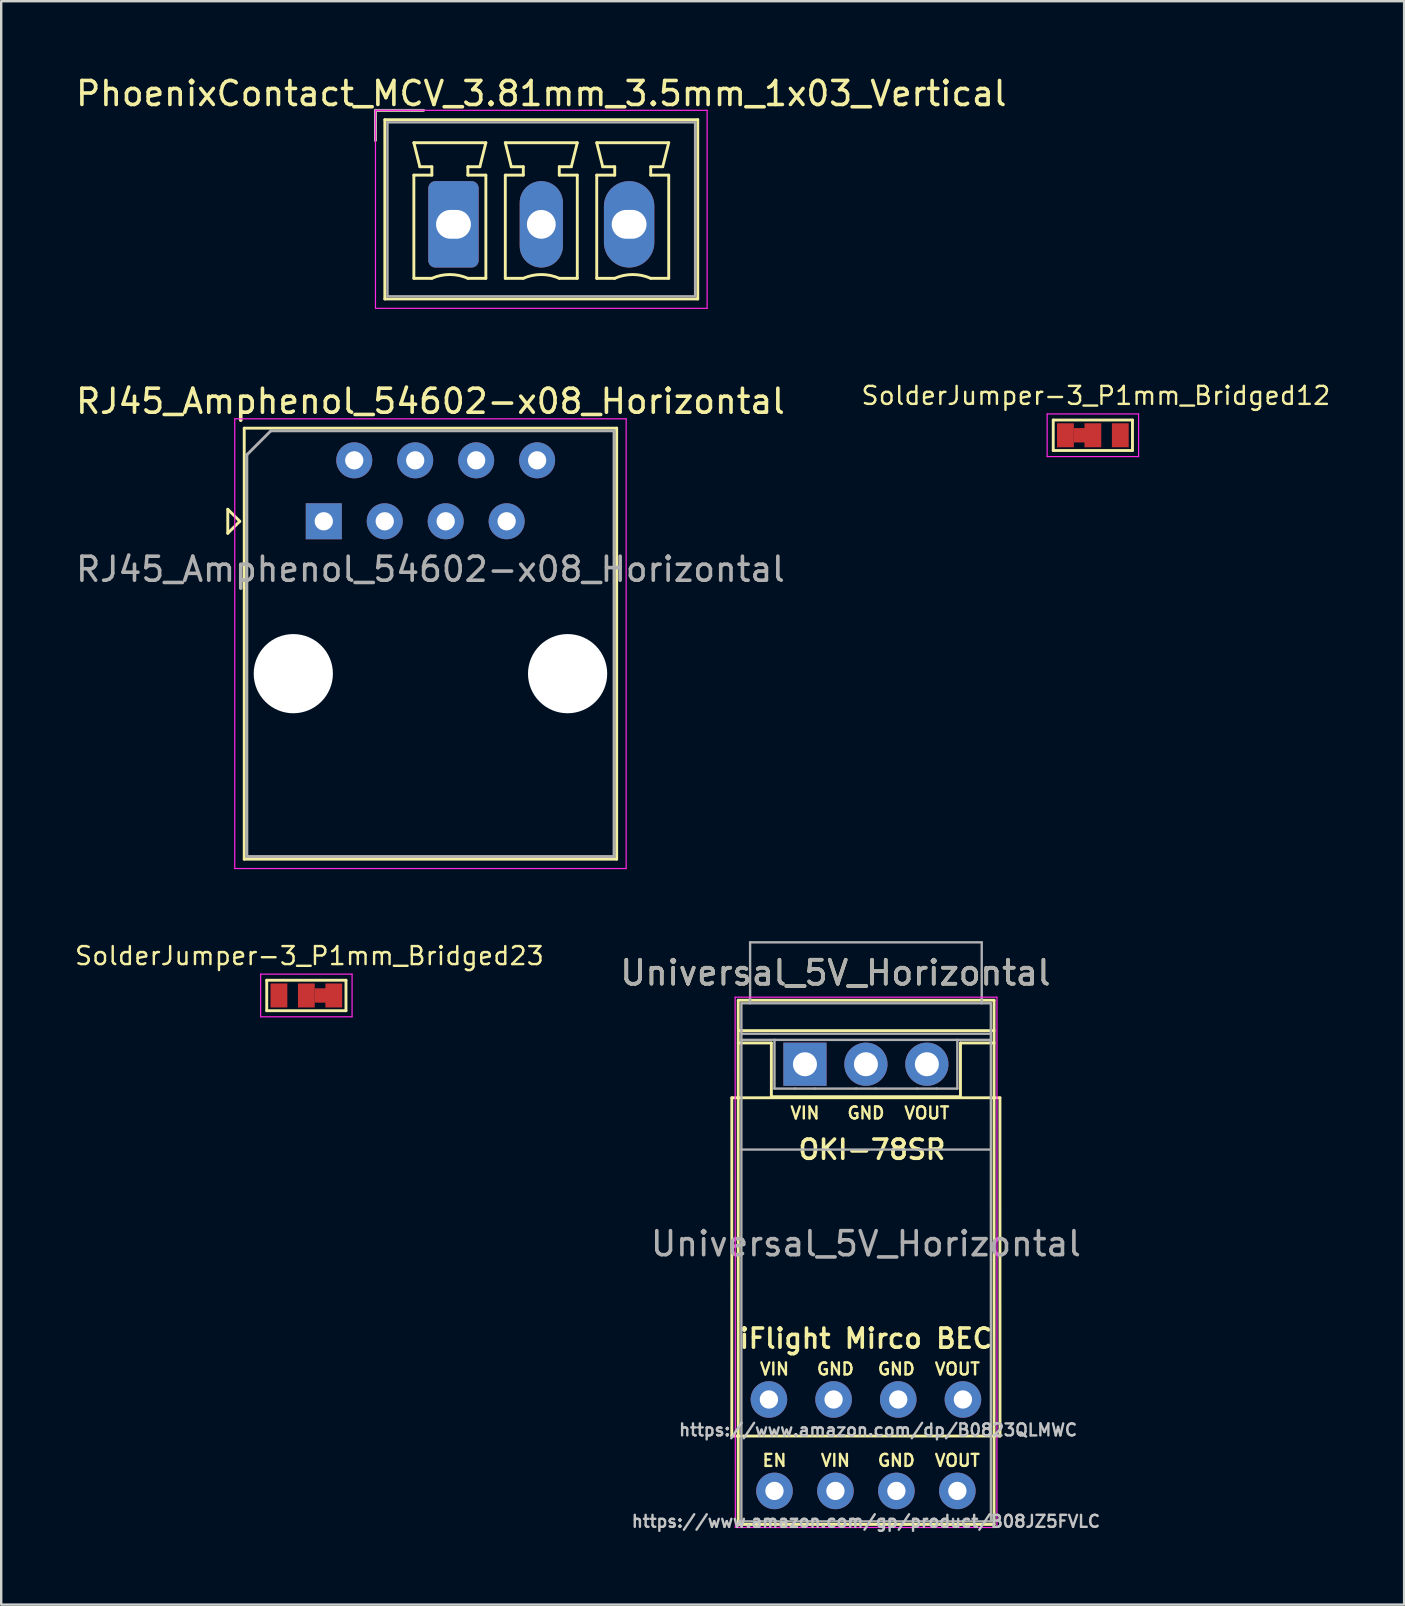
<source format=kicad_pcb>
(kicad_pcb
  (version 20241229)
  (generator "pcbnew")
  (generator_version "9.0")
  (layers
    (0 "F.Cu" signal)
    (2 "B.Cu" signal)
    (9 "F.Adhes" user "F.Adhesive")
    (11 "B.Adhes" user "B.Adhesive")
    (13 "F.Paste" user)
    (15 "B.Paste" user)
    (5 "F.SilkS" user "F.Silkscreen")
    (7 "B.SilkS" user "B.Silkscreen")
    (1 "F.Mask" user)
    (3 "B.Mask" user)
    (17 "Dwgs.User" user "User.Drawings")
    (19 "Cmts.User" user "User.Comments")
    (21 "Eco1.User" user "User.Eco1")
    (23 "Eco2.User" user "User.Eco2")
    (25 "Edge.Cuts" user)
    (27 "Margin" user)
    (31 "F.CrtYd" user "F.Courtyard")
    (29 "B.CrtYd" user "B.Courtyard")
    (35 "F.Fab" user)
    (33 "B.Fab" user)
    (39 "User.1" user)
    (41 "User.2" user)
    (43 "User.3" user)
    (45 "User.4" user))
  (footprint "SolderJumper-3_P1mm_Bridged12"
    (layer "F.Cu")
    (at 42.49 15.088)
    (property "Reference" "SolderJumper-3_P1mm_Bridged12" (at 0.127 -1.651 0) (layer "F.SilkS") (effects (font (size 0.75 0.75) (thickness 0.1))))
    (attr exclude_from_pos_files exclude_from_bom)
    (fp_poly (pts (xy -0.793 -0.3) (xy -0.293 -0.3) (xy -0.293 0.3) (xy -0.793 0.3)) (stroke (width 0) (type solid)) (fill yes) (layer "F.Cu"))
    (fp_line (start -1.651 -0.635) (end 1.651 -0.635) (stroke (width 0.12) (type solid)) (layer "F.SilkS"))
    (fp_line (start -1.651 0.635) (end -1.651 -0.635) (stroke (width 0.12) (type solid)) (layer "F.SilkS"))
    (fp_line (start 1.651 -0.635) (end 1.651 0.635) (stroke (width 0.12) (type solid)) (layer "F.SilkS"))
    (fp_line (start 1.651 0.635) (end -1.651 0.635) (stroke (width 0.12) (type solid)) (layer "F.SilkS"))
    (fp_line (start -1.905 -0.889) (end -1.905 0.889) (stroke (width 0.05) (type solid)) (layer "F.CrtYd"))
    (fp_line (start -1.905 -0.889) (end 1.905 -0.889) (stroke (width 0.05) (type solid)) (layer "F.CrtYd"))
    (fp_line (start 1.905 0.889) (end -1.905 0.889) (stroke (width 0.05) (type solid)) (layer "F.CrtYd"))
    (fp_line (start 1.905 0.889) (end 1.905 -0.889) (stroke (width 0.05) (type solid)) (layer "F.CrtYd"))
    (pad "1" smd rect (at -1.143 0) (size 0.7 1) (layers "F.Cu" "F.Mask"))
    (pad "2" smd rect (at 0 0) (size 0.7 1) (layers "F.Cu" "F.Mask"))
    (pad "3" smd rect (at 1.143 0) (size 0.7 1) (layers "F.Cu" "F.Mask")))
  (footprint "SolderJumper-3_P1mm_Bridged23"
    (layer "F.Cu")
    (at 9.716 38.432)
    (property "Reference" "SolderJumper-3_P1mm_Bridged23" (at 0.127 -1.651 0) (layer "F.SilkS") (effects (font (size 0.75 0.75) (thickness 0.1))))
    (attr exclude_from_pos_files exclude_from_bom)
    (fp_poly (pts (xy 0.35 -0.3) (xy 0.85 -0.3) (xy 0.85 0.3) (xy 0.35 0.3)) (stroke (width 0) (type solid)) (fill yes) (layer "F.Cu"))
    (fp_line (start -1.651 -0.635) (end 1.651 -0.635) (stroke (width 0.12) (type solid)) (layer "F.SilkS"))
    (fp_line (start -1.651 0.635) (end -1.651 -0.635) (stroke (width 0.12) (type solid)) (layer "F.SilkS"))
    (fp_line (start 1.651 -0.635) (end 1.651 0.635) (stroke (width 0.12) (type solid)) (layer "F.SilkS"))
    (fp_line (start 1.651 0.635) (end -1.651 0.635) (stroke (width 0.12) (type solid)) (layer "F.SilkS"))
    (fp_line (start -1.905 -0.889) (end -1.905 0.889) (stroke (width 0.05) (type solid)) (layer "F.CrtYd"))
    (fp_line (start -1.905 -0.889) (end 1.905 -0.889) (stroke (width 0.05) (type solid)) (layer "F.CrtYd"))
    (fp_line (start 1.905 0.889) (end -1.905 0.889) (stroke (width 0.05) (type solid)) (layer "F.CrtYd"))
    (fp_line (start 1.905 0.889) (end 1.905 -0.889) (stroke (width 0.05) (type solid)) (layer "F.CrtYd"))
    (pad "1" smd rect (at -1.143 0) (size 0.7 1) (layers "F.Cu" "F.Mask"))
    (pad "2" smd rect (at 0 0) (size 0.7 1) (layers "F.Cu" "F.Mask"))
    (pad "3" smd rect (at 1.143 0) (size 0.7 1) (layers "F.Cu" "F.Mask")))
  (footprint "PhoenixContact_MCV_3.81mm_3.5mm_1x03_Vertical"
    (layer "F.Cu")
    (at 15.696 6.298)
    (property "Reference" "PhoenixContact_MCV_3.81mm_3.5mm_1x03_Vertical" (at 3.81 -5.45 0) (layer "F.SilkS") (effects (font (size 1 1) (thickness 0.15))))
    (attr through_hole)
    (fp_line (start -3.1 -4.75) (end -1.1 -4.75) (stroke (width 0.12) (type solid)) (layer "F.SilkS"))
    (fp_line (start -3.1 -3.5) (end -3.1 -4.75) (stroke (width 0.12) (type solid)) (layer "F.SilkS"))
    (fp_line (start -2.71 -4.36) (end -2.71 3.11) (stroke (width 0.12) (type solid)) (layer "F.SilkS"))
    (fp_line (start -2.71 3.11) (end 10.33 3.11) (stroke (width 0.12) (type solid)) (layer "F.SilkS"))
    (fp_line (start -1.5 -3.4) (end 1.5 -3.4) (stroke (width 0.12) (type solid)) (layer "F.SilkS"))
    (fp_line (start -1.5 -2.05) (end -0.75 -2.05) (stroke (width 0.12) (type solid)) (layer "F.SilkS"))
    (fp_line (start -1.5 2.25) (end -1.5 -2.05) (stroke (width 0.12) (type solid)) (layer "F.SilkS"))
    (fp_line (start -1.25 -2.4) (end -1.5 -3.4) (stroke (width 0.12) (type solid)) (layer "F.SilkS"))
    (fp_line (start -0.75 -2.4) (end -1.25 -2.4) (stroke (width 0.12) (type solid)) (layer "F.SilkS"))
    (fp_line (start -0.75 -2.05) (end -0.75 -2.4) (stroke (width 0.12) (type solid)) (layer "F.SilkS"))
    (fp_line (start -0.75 2.25) (end -1.5 2.25) (stroke (width 0.12) (type solid)) (layer "F.SilkS"))
    (fp_line (start 0.75 -2.4) (end 0.75 -2.05) (stroke (width 0.12) (type solid)) (layer "F.SilkS"))
    (fp_line (start 0.75 -2.05) (end 1.5 -2.05) (stroke (width 0.12) (type solid)) (layer "F.SilkS"))
    (fp_line (start 1.25 -2.4) (end 0.75 -2.4) (stroke (width 0.12) (type solid)) (layer "F.SilkS"))
    (fp_line (start 1.5 -3.4) (end 1.25 -2.4) (stroke (width 0.12) (type solid)) (layer "F.SilkS"))
    (fp_line (start 1.5 -2.05) (end 1.5 2.25) (stroke (width 0.12) (type solid)) (layer "F.SilkS"))
    (fp_line (start 1.5 2.25) (end 0.75 2.25) (stroke (width 0.12) (type solid)) (layer "F.SilkS"))
    (fp_line (start 2.31 -3.4) (end 5.31 -3.4) (stroke (width 0.12) (type solid)) (layer "F.SilkS"))
    (fp_line (start 2.31 -2.05) (end 3.06 -2.05) (stroke (width 0.12) (type solid)) (layer "F.SilkS"))
    (fp_line (start 2.31 2.25) (end 2.31 -2.05) (stroke (width 0.12) (type solid)) (layer "F.SilkS"))
    (fp_line (start 2.56 -2.4) (end 2.31 -3.4) (stroke (width 0.12) (type solid)) (layer "F.SilkS"))
    (fp_line (start 3.06 -2.4) (end 2.56 -2.4) (stroke (width 0.12) (type solid)) (layer "F.SilkS"))
    (fp_line (start 3.06 -2.05) (end 3.06 -2.4) (stroke (width 0.12) (type solid)) (layer "F.SilkS"))
    (fp_line (start 3.06 2.25) (end 2.31 2.25) (stroke (width 0.12) (type solid)) (layer "F.SilkS"))
    (fp_line (start 4.56 -2.4) (end 4.56 -2.05) (stroke (width 0.12) (type solid)) (layer "F.SilkS"))
    (fp_line (start 4.56 -2.05) (end 5.31 -2.05) (stroke (width 0.12) (type solid)) (layer "F.SilkS"))
    (fp_line (start 5.06 -2.4) (end 4.56 -2.4) (stroke (width 0.12) (type solid)) (layer "F.SilkS"))
    (fp_line (start 5.31 -3.4) (end 5.06 -2.4) (stroke (width 0.12) (type solid)) (layer "F.SilkS"))
    (fp_line (start 5.31 -2.05) (end 5.31 2.25) (stroke (width 0.12) (type solid)) (layer "F.SilkS"))
    (fp_line (start 5.31 2.25) (end 4.56 2.25) (stroke (width 0.12) (type solid)) (layer "F.SilkS"))
    (fp_line (start 6.12 -3.4) (end 9.12 -3.4) (stroke (width 0.12) (type solid)) (layer "F.SilkS"))
    (fp_line (start 6.12 -2.05) (end 6.87 -2.05) (stroke (width 0.12) (type solid)) (layer "F.SilkS"))
    (fp_line (start 6.12 2.25) (end 6.12 -2.05) (stroke (width 0.12) (type solid)) (layer "F.SilkS"))
    (fp_line (start 6.37 -2.4) (end 6.12 -3.4) (stroke (width 0.12) (type solid)) (layer "F.SilkS"))
    (fp_line (start 6.87 -2.4) (end 6.37 -2.4) (stroke (width 0.12) (type solid)) (layer "F.SilkS"))
    (fp_line (start 6.87 -2.05) (end 6.87 -2.4) (stroke (width 0.12) (type solid)) (layer "F.SilkS"))
    (fp_line (start 6.87 2.25) (end 6.12 2.25) (stroke (width 0.12) (type solid)) (layer "F.SilkS"))
    (fp_line (start 8.37 -2.4) (end 8.37 -2.05) (stroke (width 0.12) (type solid)) (layer "F.SilkS"))
    (fp_line (start 8.37 -2.05) (end 9.12 -2.05) (stroke (width 0.12) (type solid)) (layer "F.SilkS"))
    (fp_line (start 8.87 -2.4) (end 8.37 -2.4) (stroke (width 0.12) (type solid)) (layer "F.SilkS"))
    (fp_line (start 9.12 -3.4) (end 8.87 -2.4) (stroke (width 0.12) (type solid)) (layer "F.SilkS"))
    (fp_line (start 9.12 -2.05) (end 9.12 2.25) (stroke (width 0.12) (type solid)) (layer "F.SilkS"))
    (fp_line (start 9.12 2.25) (end 8.37 2.25) (stroke (width 0.12) (type solid)) (layer "F.SilkS"))
    (fp_line (start 10.33 -4.36) (end -2.71 -4.36) (stroke (width 0.12) (type solid)) (layer "F.SilkS"))
    (fp_line (start 10.33 3.11) (end 10.33 -4.36) (stroke (width 0.12) (type solid)) (layer "F.SilkS"))
    (fp_arc (start -0.75 2.25) (mid -0.000193 2.09191) (end 0.749647 2.249844) (stroke (width 0.12) (type solid)) (layer "F.SilkS"))
    (fp_arc (start 3.06 2.25) (mid 3.809807 2.09191) (end 4.559647 2.249844) (stroke (width 0.12) (type solid)) (layer "F.SilkS"))
    (fp_arc (start 6.87 2.25) (mid 7.619807 2.09191) (end 8.369647 2.249844) (stroke (width 0.12) (type solid)) (layer "F.SilkS"))
    (fp_line (start -3.1 -4.75) (end -3.1 3.5) (stroke (width 0.05) (type solid)) (layer "F.CrtYd"))
    (fp_line (start -3.1 3.5) (end 10.72 3.5) (stroke (width 0.05) (type solid)) (layer "F.CrtYd"))
    (fp_line (start 10.72 -4.75) (end -3.1 -4.75) (stroke (width 0.05) (type solid)) (layer "F.CrtYd"))
    (fp_line (start 10.72 3.5) (end 10.72 -4.75) (stroke (width 0.05) (type solid)) (layer "F.CrtYd"))
    (fp_line (start -3.1 -4.75) (end -1.1 -4.75) (stroke (width 0.1) (type solid)) (layer "F.Fab"))
    (fp_line (start -3.1 -3.5) (end -3.1 -4.75) (stroke (width 0.1) (type solid)) (layer "F.Fab"))
    (fp_line (start -2.6 -4.25) (end -2.6 3) (stroke (width 0.1) (type solid)) (layer "F.Fab"))
    (fp_line (start -2.6 3) (end 10.22 3) (stroke (width 0.1) (type solid)) (layer "F.Fab"))
    (fp_line (start 10.22 -4.25) (end -2.6 -4.25) (stroke (width 0.1) (type solid)) (layer "F.Fab"))
    (fp_line (start 10.22 3) (end 10.22 -4.25) (stroke (width 0.1) (type solid)) (layer "F.Fab"))
    (pad "1" thru_hole roundrect (at 0.15 0) (size 2.1 3.6) (drill oval 1.45 1.2) (layers "*.Cu" "*.Mask") (roundrect_rratio 0.139))
    (pad "2" thru_hole oval (at 3.81 0) (size 1.8 3.6) (drill 1.2) (layers "*.Cu" "*.Mask"))
    (pad "3" thru_hole oval (at 7.47 0) (size 2.1 3.6) (drill oval 1.45 1.2) (layers "*.Cu" "*.Mask")))
  (footprint "RJ45_Amphenol_54602-x08_Horizontal"
    (layer "F.Cu")
    (at 10.442 18.672)
    (property "Reference" "RJ45_Amphenol_54602-x08_Horizontal" (at 4.445 -5 0) (layer "F.SilkS") (effects (font (size 1 1) (thickness 0.15))))
    (attr through_hole)
    (fp_line (start -4 -0.5) (end -4 0.5) (stroke (width 0.12) (type solid)) (layer "F.SilkS"))
    (fp_line (start -4 0.5) (end -3.5 0) (stroke (width 0.12) (type solid)) (layer "F.SilkS"))
    (fp_line (start -3.5 0) (end -4 -0.5) (stroke (width 0.12) (type solid)) (layer "F.SilkS"))
    (fp_line (start -3.315 -3.88) (end -3.315 14.08) (stroke (width 0.12) (type solid)) (layer "F.SilkS"))
    (fp_line (start -3.315 14.08) (end 12.205 14.08) (stroke (width 0.12) (type solid)) (layer "F.SilkS"))
    (fp_line (start 12.205 -3.88) (end -3.315 -3.88) (stroke (width 0.12) (type solid)) (layer "F.SilkS"))
    (fp_line (start 12.205 -3.88) (end 12.205 14.08) (stroke (width 0.12) (type solid)) (layer "F.SilkS"))
    (fp_line (start -3.71 -4.27) (end -3.71 14.47) (stroke (width 0.05) (type solid)) (layer "F.CrtYd"))
    (fp_line (start -3.71 -4.27) (end 12.6 -4.27) (stroke (width 0.05) (type solid)) (layer "F.CrtYd"))
    (fp_line (start 12.6 14.47) (end -3.71 14.47) (stroke (width 0.05) (type solid)) (layer "F.CrtYd"))
    (fp_line (start 12.6 14.47) (end 12.6 -4.27) (stroke (width 0.05) (type solid)) (layer "F.CrtYd"))
    (fp_line (start -3.205 -2.77) (end -2.205 -3.77) (stroke (width 0.12) (type solid)) (layer "F.Fab"))
    (fp_line (start -3.205 13.97) (end -3.205 -2.77) (stroke (width 0.12) (type solid)) (layer "F.Fab"))
    (fp_line (start -2.205 -3.77) (end 12.095 -3.77) (stroke (width 0.12) (type solid)) (layer "F.Fab"))
    (fp_line (start 12.095 -3.77) (end 12.095 13.97) (stroke (width 0.12) (type solid)) (layer "F.Fab"))
    (fp_line (start 12.095 13.97) (end -3.205 13.97) (stroke (width 0.12) (type solid)) (layer "F.Fab"))
    (fp_text user "${REFERENCE}" (at 4.445 2 0) (layer "F.Fab") (effects (font (size 1 1) (thickness 0.15))))
    (pad "" np_thru_hole circle (at -1.27 6.35) (size 3.3 3.3) (drill 3.3) (layers "*.Cu" "*.Mask"))
    (pad "" np_thru_hole circle (at 10.16 6.35) (size 3.3 3.3) (drill 3.3) (layers "*.Cu" "*.Mask"))
    (pad "1" thru_hole rect (at 0 0) (size 1.5 1.5) (drill 0.76) (layers "*.Cu" "*.Mask"))
    (pad "2" thru_hole circle (at 1.27 -2.54) (size 1.5 1.5) (drill 0.76) (layers "*.Cu" "*.Mask"))
    (pad "3" thru_hole circle (at 2.54 0) (size 1.5 1.5) (drill 0.76) (layers "*.Cu" "*.Mask"))
    (pad "4" thru_hole circle (at 3.81 -2.54) (size 1.5 1.5) (drill 0.76) (layers "*.Cu" "*.Mask"))
    (pad "5" thru_hole circle (at 5.08 0) (size 1.5 1.5) (drill 0.76) (layers "*.Cu" "*.Mask"))
    (pad "6" thru_hole circle (at 6.35 -2.54) (size 1.5 1.5) (drill 0.76) (layers "*.Cu" "*.Mask"))
    (pad "7" thru_hole circle (at 7.62 0) (size 1.5 1.5) (drill 0.76) (layers "*.Cu" "*.Mask"))
    (pad "8" thru_hole circle (at 8.89 -2.54) (size 1.5 1.5) (drill 0.76) (layers "*.Cu" "*.Mask")))
  (footprint "Universal_5V_Horizontal"
    (layer "F.Cu")
    (at 30.493 41.297)
    (property "Reference" "Universal_5V_Horizontal" (at 1.27 -3.81 180) (layer "F.SilkS") (effects (font (size 1 1) (thickness 0.15))))
    (attr through_hole)
    (fp_line (start -3.048 1.397) (end -2.78 1.397) (stroke (width 0.12) (type solid)) (layer "F.SilkS"))
    (fp_line (start -3.048 15.494) (end -3.048 1.397) (stroke (width 0.12) (type solid)) (layer "F.SilkS"))
    (fp_line (start -3.048 15.494) (end -2.78 15.494) (stroke (width 0.12) (type solid)) (layer "F.SilkS"))
    (fp_line (start -2.78 -2.666) (end -2.78 19.177) (stroke (width 0.12) (type solid)) (layer "F.SilkS"))
    (fp_line (start -2.78 19.177) (end 7.88 19.177) (stroke (width 0.12) (type solid)) (layer "F.SilkS"))
    (fp_line (start -1.4 -0.886) (end -2.78 -0.886) (stroke (width 0.12) (type solid)) (layer "F.SilkS"))
    (fp_line (start -1.4 1.354) (end -1.4 -0.886) (stroke (width 0.12) (type solid)) (layer "F.SilkS"))
    (fp_line (start 6.48 -0.886) (end 6.48 1.354) (stroke (width 0.12) (type solid)) (layer "F.SilkS"))
    (fp_line (start 6.48 1.354) (end -1.4 1.354) (stroke (width 0.12) (type solid)) (layer "F.SilkS"))
    (fp_line (start 7.877 15.494) (end -2.783 15.494) (stroke (width 0.12) (type solid)) (layer "F.SilkS"))
    (fp_line (start 7.88 -2.666) (end -2.78 -2.666) (stroke (width 0.12) (type solid)) (layer "F.SilkS"))
    (fp_line (start 7.88 -1.4) (end -2.77 -1.4) (stroke (width 0.12) (type solid)) (layer "F.SilkS"))
    (fp_line (start 7.88 -0.886) (end 6.48 -0.886) (stroke (width 0.12) (type solid)) (layer "F.SilkS"))
    (fp_line (start 7.88 1.397) (end -2.78 1.397) (stroke (width 0.12) (type solid)) (layer "F.SilkS"))
    (fp_line (start 7.88 15.494) (end 8.128 15.494) (stroke (width 0.12) (type solid)) (layer "F.SilkS"))
    (fp_line (start 7.88 19.177) (end 7.88 -2.666) (stroke (width 0.12) (type solid)) (layer "F.SilkS"))
    (fp_line (start 8.125 1.397) (end 7.877 1.397) (stroke (width 0.12) (type solid)) (layer "F.SilkS"))
    (fp_line (start 8.128 15.494) (end 8.125 1.397) (stroke (width 0.12) (type solid)) (layer "F.SilkS"))
    (fp_line (start -2.91 -2.794) (end -2.9 19.304) (stroke (width 0.05) (type solid)) (layer "F.CrtYd"))
    (fp_line (start -2.9 19.304) (end 8 19.304) (stroke (width 0.05) (type solid)) (layer "F.CrtYd"))
    (fp_line (start 8 19.304) (end 8.001 -2.794) (stroke (width 0.05) (type solid)) (layer "F.CrtYd"))
    (fp_line (start 8.001 -2.794) (end -2.91 -2.794) (stroke (width 0.05) (type solid)) (layer "F.CrtYd"))
    (fp_line (start -2.65 -2.54) (end 7.747 -2.54) (stroke (width 0.1) (type solid)) (layer "F.Fab"))
    (fp_line (start -2.65 -1.27) (end 7.747 -1.27) (stroke (width 0.1) (type solid)) (layer "F.Fab"))
    (fp_line (start -2.65 -1.016) (end 7.747 -1.016) (stroke (width 0.1) (type solid)) (layer "F.Fab"))
    (fp_line (start -2.65 19.05) (end -2.65 -2.54) (stroke (width 0.1) (type solid)) (layer "F.Fab"))
    (fp_line (start -2.286 -5.08) (end -2.286 -2.54) (stroke (width 0.1) (type solid)) (layer "F.Fab"))
    (fp_line (start -1.27 1.016) (end -1.27 -1.016) (stroke (width 0.1) (type solid)) (layer "F.Fab"))
    (fp_line (start -1.27 1.016) (end -0.406 1.016) (stroke (width 0.1) (type solid)) (layer "F.Fab"))
    (fp_line (start 0.406 1.016) (end -0.406 1.016) (stroke (width 0.1) (type solid)) (layer "F.Fab"))
    (fp_line (start 0.406 1.016) (end 2.134 1.016) (stroke (width 0.1) (type solid)) (layer "F.Fab"))
    (fp_line (start 2.946 1.016) (end 2.134 1.016) (stroke (width 0.1) (type solid)) (layer "F.Fab"))
    (fp_line (start 2.946 1.016) (end 4.674 1.016) (stroke (width 0.1) (type solid)) (layer "F.Fab"))
    (fp_line (start 5.486 1.016) (end 4.674 1.016) (stroke (width 0.1) (type solid)) (layer "F.Fab"))
    (fp_line (start 5.486 1.016) (end 6.35 1.016) (stroke (width 0.1) (type solid)) (layer "F.Fab"))
    (fp_line (start 6.35 -1.016) (end 6.35 1.016) (stroke (width 0.1) (type solid)) (layer "F.Fab"))
    (fp_line (start 7.366 -5.08) (end -2.286 -5.08) (stroke (width 0.1) (type solid)) (layer "F.Fab"))
    (fp_line (start 7.366 -2.54) (end 7.366 -5.08) (stroke (width 0.1) (type solid)) (layer "F.Fab"))
    (fp_line (start 7.747 -2.54) (end 7.75 19.05) (stroke (width 0.1) (type solid)) (layer "F.Fab"))
    (fp_line (start 7.747 3.556) (end -2.65 3.556) (stroke (width 0.1) (type solid)) (layer "F.Fab"))
    (fp_line (start 7.75 19.05) (end -2.65 19.05) (stroke (width 0.1) (type solid)) (layer "F.Fab"))
    (fp_text user "GND" (at 3.81 12.7 0) (unlocked yes) (layer "F.SilkS") (effects (font (size 0.5 0.5) (thickness 0.1))))
    (fp_text user "iFlight Mirco BEC" (at 2.54 11.43 0) (unlocked yes) (layer "F.SilkS") (effects (font (size 0.8 0.8) (thickness 0.15))))
    (fp_text user "VOUT" (at 6.35 12.7 0) (unlocked yes) (layer "F.SilkS") (effects (font (size 0.5 0.5) (thickness 0.1))))
    (fp_text user "EN" (at -1.27 16.51 0) (unlocked yes) (layer "F.SilkS") (effects (font (size 0.5 0.5) (thickness 0.1))))
    (fp_text user "OKI-78SR" (at 2.794 3.556 0) (unlocked yes) (layer "F.SilkS") (effects (font (size 0.8 0.8) (thickness 0.15))))
    (fp_text user "VOUT" (at 6.35 16.51 0) (unlocked yes) (layer "F.SilkS") (effects (font (size 0.5 0.5) (thickness 0.1))))
    (fp_text user "VIN" (at -1.27 12.7 0) (unlocked yes) (layer "F.SilkS") (effects (font (size 0.5 0.5) (thickness 0.1))))
    (fp_text user "VIN" (at 1.27 16.51 0) (unlocked yes) (layer "F.SilkS") (effects (font (size 0.5 0.5) (thickness 0.1))))
    (fp_text user "GND" (at 3.81 16.51 0) (unlocked yes) (layer "F.SilkS") (effects (font (size 0.5 0.5) (thickness 0.1))))
    (fp_text user "GND" (at 1.27 12.7 0) (unlocked yes) (layer "F.SilkS") (effects (font (size 0.5 0.5) (thickness 0.1))))
    (fp_text user "GND" (at 2.54 2.032 0) (unlocked yes) (layer "F.SilkS") (effects (font (size 0.5 0.5) (thickness 0.1))))
    (fp_text user "VOUT" (at 5.08 2.032 0) (unlocked yes) (layer "F.SilkS") (effects (font (size 0.5 0.5) (thickness 0.1))))
    (fp_text user "VIN" (at 0 2.032 0) (unlocked yes) (layer "F.SilkS") (effects (font (size 0.5 0.5) (thickness 0.1))))
    (fp_text user "https://www.amazon.com/gp/product/B08JZ5FVLC" (at 2.54 19.05 0) (unlocked yes) (layer "Dwgs.User") (effects (font (size 0.5 0.5) (thickness 0.1))))
    (fp_text user "https://www.amazon.com/dp/B0823QLMWC" (at 3.048 15.24 0) (unlocked yes) (layer "Dwgs.User") (effects (font (size 0.5 0.5) (thickness 0.1))))
    (fp_text user "${REFERENCE}" (at 2.54 7.48 180) (layer "F.Fab") (effects (font (size 1 1) (thickness 0.15))))
    (fp_text user "${REFERENCE}" (at 1.27 -3.81 180) (layer "F.Fab") (effects (font (size 1 1) (thickness 0.15))))
    (pad "1" thru_hole rect (at 0 0 180) (size 1.8 1.8) (drill 1) (layers "*.Cu" "*.Mask"))
    (pad "2" thru_hole circle (at 2.54 0 180) (size 1.8 1.8) (drill 1) (layers "*.Cu" "*.Mask"))
    (pad "3" thru_hole circle (at 5.08 0 180) (size 1.8 1.8) (drill 1) (layers "*.Cu" "*.Mask"))
    (pad "4" thru_hole circle (at 6.35 17.78) (size 1.524 1.524) (drill 0.762) (layers "*.Cu" "*.Mask"))
    (pad "5" thru_hole circle (at 3.81 17.78) (size 1.524 1.524) (drill 0.762) (layers "*.Cu" "*.Mask"))
    (pad "6" thru_hole circle (at 1.27 17.78) (size 1.524 1.524) (drill 0.762) (layers "*.Cu" "*.Mask"))
    (pad "7" thru_hole circle (at -1.27 17.78) (size 1.524 1.524) (drill 0.762) (layers "*.Cu" "*.Mask"))
    (pad "8" thru_hole circle (at 6.582 13.97) (size 1.524 1.524) (drill 0.762) (layers "*.Cu" "*.Mask"))
    (pad "9" thru_hole circle (at 3.887 13.97) (size 1.524 1.524) (drill 0.762) (layers "*.Cu" "*.Mask"))
    (pad "10" thru_hole circle (at 1.193 13.97) (size 1.524 1.524) (drill 0.762) (layers "*.Cu" "*.Mask"))
    (pad "11" thru_hole circle (at -1.502 13.97) (size 1.524 1.524) (drill 0.762) (layers "*.Cu" "*.Mask")))
  (gr_rect
    (start -3 -3)
    (end 55.46 63.815)
    (stroke (width 0.1) (type default))
    (fill no)
    (layer "Edge.Cuts")))
</source>
